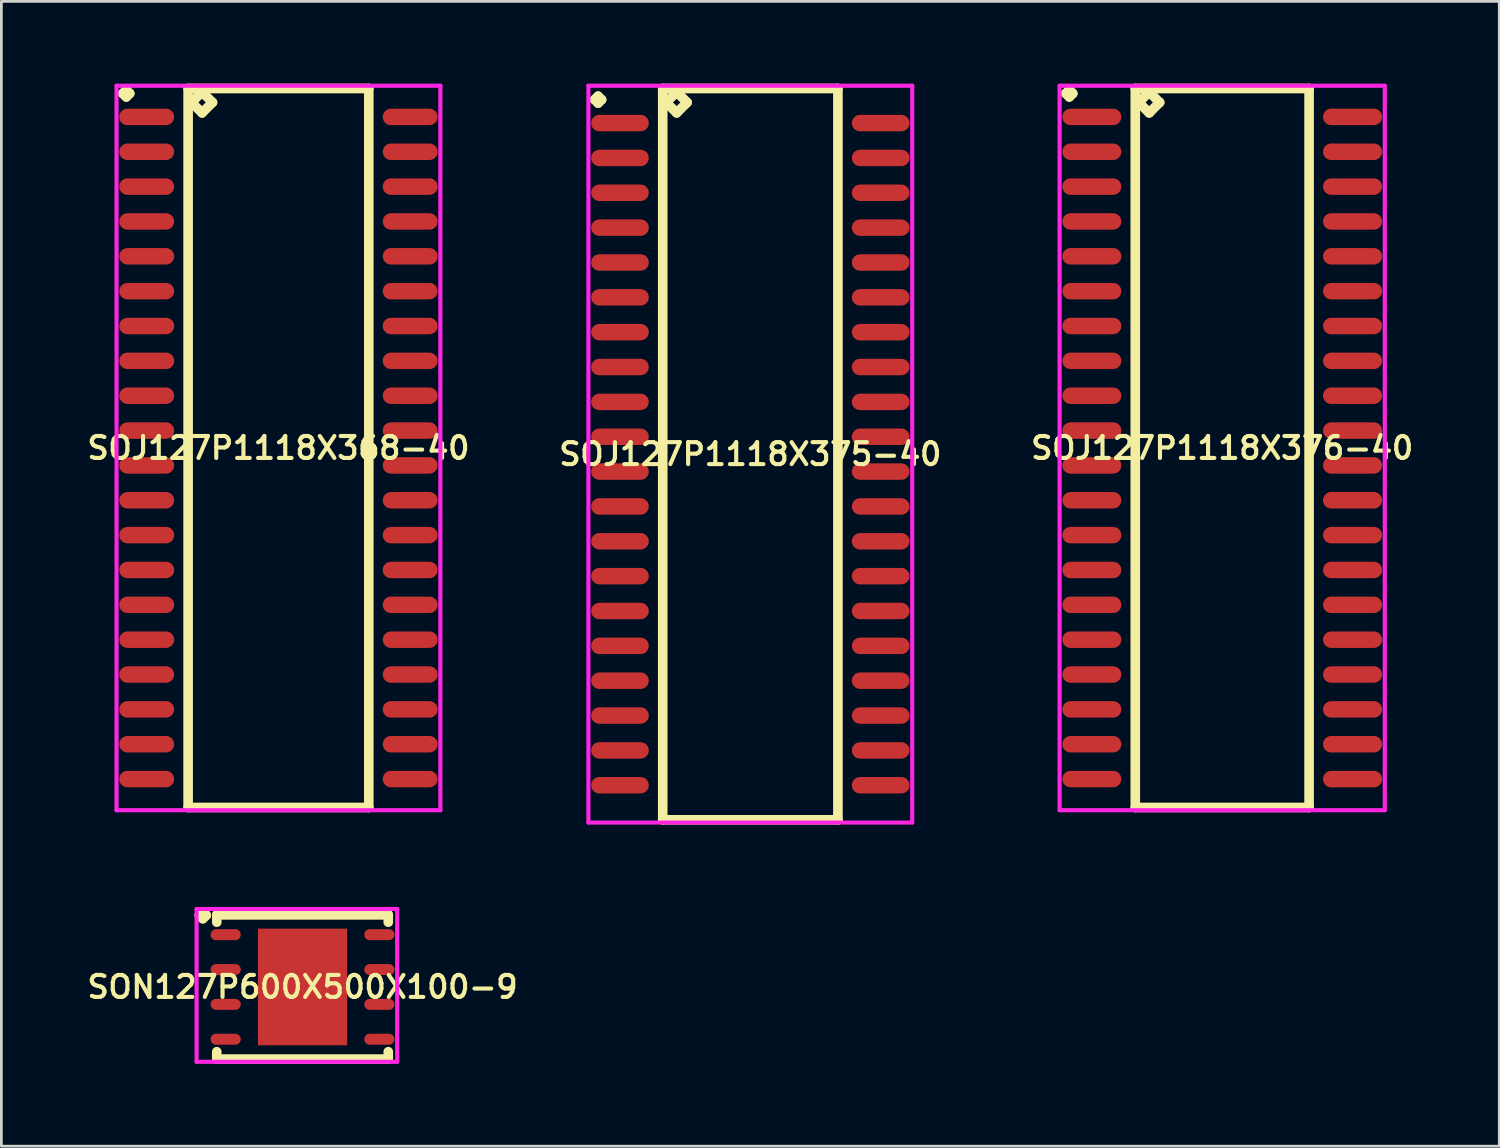
<source format=kicad_pcb>
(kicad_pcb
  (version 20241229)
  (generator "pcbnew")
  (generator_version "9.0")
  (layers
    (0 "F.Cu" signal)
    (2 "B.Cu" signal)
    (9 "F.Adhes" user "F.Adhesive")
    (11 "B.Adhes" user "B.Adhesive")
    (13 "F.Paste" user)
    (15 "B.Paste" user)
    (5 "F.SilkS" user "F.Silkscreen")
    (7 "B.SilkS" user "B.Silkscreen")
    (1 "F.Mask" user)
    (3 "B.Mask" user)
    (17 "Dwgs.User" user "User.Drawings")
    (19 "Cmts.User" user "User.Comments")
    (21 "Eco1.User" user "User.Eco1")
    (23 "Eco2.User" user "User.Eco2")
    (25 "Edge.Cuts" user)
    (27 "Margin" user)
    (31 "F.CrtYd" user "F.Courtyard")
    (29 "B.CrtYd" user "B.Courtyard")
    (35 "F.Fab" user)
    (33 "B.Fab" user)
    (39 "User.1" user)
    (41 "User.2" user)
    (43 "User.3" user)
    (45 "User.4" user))
  (footprint "SOJ127P1118X368-40"
    (layer "F.Cu")
    (at 7.097 13.275)
    (property "Reference" "SOJ127P1118X368-40" (at 0 0 0) (layer "F.SilkS") (effects (font (size 0.8 0.8) (thickness 0.15))))
    (attr smd)
    (fp_line (start -5.673 -12.919) (end -5.546 -13.046) (stroke (width 0.35) (type solid)) (layer "F.SilkS"))
    (fp_line (start -5.546 -13.046) (end -5.419 -12.919) (stroke (width 0.35) (type solid)) (layer "F.SilkS"))
    (fp_line (start -5.546 -12.792) (end -5.673 -12.919) (stroke (width 0.35) (type solid)) (layer "F.SilkS"))
    (fp_line (start -5.419 -12.919) (end -5.546 -12.792) (stroke (width 0.35) (type solid)) (layer "F.SilkS"))
    (fp_line (start -3.292 -13.1) (end -3.292 13.1) (stroke (width 0.35) (type solid)) (layer "F.SilkS"))
    (fp_line (start -3.292 13.1) (end 3.292 13.1) (stroke (width 0.35) (type solid)) (layer "F.SilkS"))
    (fp_line (start -3.165 -12.592) (end -2.784 -12.973) (stroke (width 0.35) (type solid)) (layer "F.SilkS"))
    (fp_line (start -2.784 -12.973) (end -2.403 -12.592) (stroke (width 0.35) (type solid)) (layer "F.SilkS"))
    (fp_line (start -2.784 -12.211) (end -3.165 -12.592) (stroke (width 0.35) (type solid)) (layer "F.SilkS"))
    (fp_line (start -2.403 -12.592) (end -2.784 -12.211) (stroke (width 0.35) (type solid)) (layer "F.SilkS"))
    (fp_line (start 3.292 -13.1) (end -3.292 -13.1) (stroke (width 0.35) (type solid)) (layer "F.SilkS"))
    (fp_line (start 3.292 13.1) (end 3.292 -13.1) (stroke (width 0.35) (type solid)) (layer "F.SilkS"))
    (fp_line (start -5.9 -13.2) (end 5.9 -13.2) (stroke (width 0.15) (type solid)) (layer "F.CrtYd"))
    (fp_line (start -5.9 13.2) (end -5.9 -13.2) (stroke (width 0.15) (type solid)) (layer "F.CrtYd"))
    (fp_line (start 5.9 -13.2) (end 5.9 13.2) (stroke (width 0.15) (type solid)) (layer "F.CrtYd"))
    (fp_line (start 5.9 13.2) (end -5.9 13.2) (stroke (width 0.15) (type solid)) (layer "F.CrtYd"))
    (pad "1" smd oval (at -4.8 -12.065) (size 2 0.6) (layers "F.Cu" "F.Mask" "F.Paste"))
    (pad "2" smd oval (at -4.8 -10.795) (size 2 0.6) (layers "F.Cu" "F.Mask" "F.Paste"))
    (pad "3" smd oval (at -4.8 -9.525) (size 2 0.6) (layers "F.Cu" "F.Mask" "F.Paste"))
    (pad "4" smd oval (at -4.8 -8.255) (size 2 0.6) (layers "F.Cu" "F.Mask" "F.Paste"))
    (pad "5" smd oval (at -4.8 -6.985) (size 2 0.6) (layers "F.Cu" "F.Mask" "F.Paste"))
    (pad "6" smd oval (at -4.8 -5.715) (size 2 0.6) (layers "F.Cu" "F.Mask" "F.Paste"))
    (pad "7" smd oval (at -4.8 -4.445) (size 2 0.6) (layers "F.Cu" "F.Mask" "F.Paste"))
    (pad "8" smd oval (at -4.8 -3.175) (size 2 0.6) (layers "F.Cu" "F.Mask" "F.Paste"))
    (pad "9" smd oval (at -4.8 -1.905) (size 2 0.6) (layers "F.Cu" "F.Mask" "F.Paste"))
    (pad "10" smd oval (at -4.8 -0.635) (size 2 0.6) (layers "F.Cu" "F.Mask" "F.Paste"))
    (pad "11" smd oval (at -4.8 0.635) (size 2 0.6) (layers "F.Cu" "F.Mask" "F.Paste"))
    (pad "12" smd oval (at -4.8 1.905) (size 2 0.6) (layers "F.Cu" "F.Mask" "F.Paste"))
    (pad "13" smd oval (at -4.8 3.175) (size 2 0.6) (layers "F.Cu" "F.Mask" "F.Paste"))
    (pad "14" smd oval (at -4.8 4.445) (size 2 0.6) (layers "F.Cu" "F.Mask" "F.Paste"))
    (pad "15" smd oval (at -4.8 5.715) (size 2 0.6) (layers "F.Cu" "F.Mask" "F.Paste"))
    (pad "16" smd oval (at -4.8 6.985) (size 2 0.6) (layers "F.Cu" "F.Mask" "F.Paste"))
    (pad "17" smd oval (at -4.8 8.255) (size 2 0.6) (layers "F.Cu" "F.Mask" "F.Paste"))
    (pad "18" smd oval (at -4.8 9.525) (size 2 0.6) (layers "F.Cu" "F.Mask" "F.Paste"))
    (pad "19" smd oval (at -4.8 10.795) (size 2 0.6) (layers "F.Cu" "F.Mask" "F.Paste"))
    (pad "20" smd oval (at -4.8 12.065) (size 2 0.6) (layers "F.Cu" "F.Mask" "F.Paste"))
    (pad "21" smd oval (at 4.8 12.065) (size 2 0.6) (layers "F.Cu" "F.Mask" "F.Paste"))
    (pad "22" smd oval (at 4.8 10.795) (size 2 0.6) (layers "F.Cu" "F.Mask" "F.Paste"))
    (pad "23" smd oval (at 4.8 9.525) (size 2 0.6) (layers "F.Cu" "F.Mask" "F.Paste"))
    (pad "24" smd oval (at 4.8 8.255) (size 2 0.6) (layers "F.Cu" "F.Mask" "F.Paste"))
    (pad "25" smd oval (at 4.8 6.985) (size 2 0.6) (layers "F.Cu" "F.Mask" "F.Paste"))
    (pad "26" smd oval (at 4.8 5.715) (size 2 0.6) (layers "F.Cu" "F.Mask" "F.Paste"))
    (pad "27" smd oval (at 4.8 4.445) (size 2 0.6) (layers "F.Cu" "F.Mask" "F.Paste"))
    (pad "28" smd oval (at 4.8 3.175) (size 2 0.6) (layers "F.Cu" "F.Mask" "F.Paste"))
    (pad "29" smd oval (at 4.8 1.905) (size 2 0.6) (layers "F.Cu" "F.Mask" "F.Paste"))
    (pad "30" smd oval (at 4.8 0.635) (size 2 0.6) (layers "F.Cu" "F.Mask" "F.Paste"))
    (pad "31" smd oval (at 4.8 -0.635) (size 2 0.6) (layers "F.Cu" "F.Mask" "F.Paste"))
    (pad "32" smd oval (at 4.8 -1.905) (size 2 0.6) (layers "F.Cu" "F.Mask" "F.Paste"))
    (pad "33" smd oval (at 4.8 -3.175) (size 2 0.6) (layers "F.Cu" "F.Mask" "F.Paste"))
    (pad "34" smd oval (at 4.8 -4.445) (size 2 0.6) (layers "F.Cu" "F.Mask" "F.Paste"))
    (pad "35" smd oval (at 4.8 -5.715) (size 2 0.6) (layers "F.Cu" "F.Mask" "F.Paste"))
    (pad "36" smd oval (at 4.8 -6.985) (size 2 0.6) (layers "F.Cu" "F.Mask" "F.Paste"))
    (pad "37" smd oval (at 4.8 -8.255) (size 2 0.6) (layers "F.Cu" "F.Mask" "F.Paste"))
    (pad "38" smd oval (at 4.8 -9.525) (size 2 0.6) (layers "F.Cu" "F.Mask" "F.Paste"))
    (pad "39" smd oval (at 4.8 -10.795) (size 2 0.6) (layers "F.Cu" "F.Mask" "F.Paste"))
    (pad "40" smd oval (at 4.8 -12.065) (size 2 0.6) (layers "F.Cu" "F.Mask" "F.Paste")))
  (footprint "SOJ127P1118X376-40"
    (layer "F.Cu")
    (at 41.487 13.275)
    (property "Reference" "SOJ127P1118X376-40" (at 0 0 0) (layer "F.SilkS") (effects (font (size 0.8 0.8) (thickness 0.15))))
    (attr smd)
    (fp_line (start -5.698 -12.919) (end -5.571 -13.046) (stroke (width 0.35) (type solid)) (layer "F.SilkS"))
    (fp_line (start -5.571 -13.046) (end -5.444 -12.919) (stroke (width 0.35) (type solid)) (layer "F.SilkS"))
    (fp_line (start -5.571 -12.792) (end -5.698 -12.919) (stroke (width 0.35) (type solid)) (layer "F.SilkS"))
    (fp_line (start -5.444 -12.919) (end -5.571 -12.792) (stroke (width 0.35) (type solid)) (layer "F.SilkS"))
    (fp_line (start -3.167 -13.1) (end -3.167 13.1) (stroke (width 0.35) (type solid)) (layer "F.SilkS"))
    (fp_line (start -3.167 13.1) (end 3.167 13.1) (stroke (width 0.35) (type solid)) (layer "F.SilkS"))
    (fp_line (start -3.04 -12.592) (end -2.659 -12.973) (stroke (width 0.35) (type solid)) (layer "F.SilkS"))
    (fp_line (start -2.659 -12.973) (end -2.278 -12.592) (stroke (width 0.35) (type solid)) (layer "F.SilkS"))
    (fp_line (start -2.659 -12.211) (end -3.04 -12.592) (stroke (width 0.35) (type solid)) (layer "F.SilkS"))
    (fp_line (start -2.278 -12.592) (end -2.659 -12.211) (stroke (width 0.35) (type solid)) (layer "F.SilkS"))
    (fp_line (start 3.167 -13.1) (end -3.167 -13.1) (stroke (width 0.35) (type solid)) (layer "F.SilkS"))
    (fp_line (start 3.167 13.1) (end 3.167 -13.1) (stroke (width 0.35) (type solid)) (layer "F.SilkS"))
    (fp_line (start -5.925 -13.2) (end 5.925 -13.2) (stroke (width 0.15) (type solid)) (layer "F.CrtYd"))
    (fp_line (start -5.925 13.2) (end -5.925 -13.2) (stroke (width 0.15) (type solid)) (layer "F.CrtYd"))
    (fp_line (start 5.925 -13.2) (end 5.925 13.2) (stroke (width 0.15) (type solid)) (layer "F.CrtYd"))
    (fp_line (start 5.925 13.2) (end -5.925 13.2) (stroke (width 0.15) (type solid)) (layer "F.CrtYd"))
    (pad "1" smd oval (at -4.75 -12.065) (size 2.15 0.6) (layers "F.Cu" "F.Mask" "F.Paste"))
    (pad "2" smd oval (at -4.75 -10.795) (size 2.15 0.6) (layers "F.Cu" "F.Mask" "F.Paste"))
    (pad "3" smd oval (at -4.75 -9.525) (size 2.15 0.6) (layers "F.Cu" "F.Mask" "F.Paste"))
    (pad "4" smd oval (at -4.75 -8.255) (size 2.15 0.6) (layers "F.Cu" "F.Mask" "F.Paste"))
    (pad "5" smd oval (at -4.75 -6.985) (size 2.15 0.6) (layers "F.Cu" "F.Mask" "F.Paste"))
    (pad "6" smd oval (at -4.75 -5.715) (size 2.15 0.6) (layers "F.Cu" "F.Mask" "F.Paste"))
    (pad "7" smd oval (at -4.75 -4.445) (size 2.15 0.6) (layers "F.Cu" "F.Mask" "F.Paste"))
    (pad "8" smd oval (at -4.75 -3.175) (size 2.15 0.6) (layers "F.Cu" "F.Mask" "F.Paste"))
    (pad "9" smd oval (at -4.75 -1.905) (size 2.15 0.6) (layers "F.Cu" "F.Mask" "F.Paste"))
    (pad "10" smd oval (at -4.75 -0.635) (size 2.15 0.6) (layers "F.Cu" "F.Mask" "F.Paste"))
    (pad "11" smd oval (at -4.75 0.635) (size 2.15 0.6) (layers "F.Cu" "F.Mask" "F.Paste"))
    (pad "12" smd oval (at -4.75 1.905) (size 2.15 0.6) (layers "F.Cu" "F.Mask" "F.Paste"))
    (pad "13" smd oval (at -4.75 3.175) (size 2.15 0.6) (layers "F.Cu" "F.Mask" "F.Paste"))
    (pad "14" smd oval (at -4.75 4.445) (size 2.15 0.6) (layers "F.Cu" "F.Mask" "F.Paste"))
    (pad "15" smd oval (at -4.75 5.715) (size 2.15 0.6) (layers "F.Cu" "F.Mask" "F.Paste"))
    (pad "16" smd oval (at -4.75 6.985) (size 2.15 0.6) (layers "F.Cu" "F.Mask" "F.Paste"))
    (pad "17" smd oval (at -4.75 8.255) (size 2.15 0.6) (layers "F.Cu" "F.Mask" "F.Paste"))
    (pad "18" smd oval (at -4.75 9.525) (size 2.15 0.6) (layers "F.Cu" "F.Mask" "F.Paste"))
    (pad "19" smd oval (at -4.75 10.795) (size 2.15 0.6) (layers "F.Cu" "F.Mask" "F.Paste"))
    (pad "20" smd oval (at -4.75 12.065) (size 2.15 0.6) (layers "F.Cu" "F.Mask" "F.Paste"))
    (pad "21" smd oval (at 4.75 12.065) (size 2.15 0.6) (layers "F.Cu" "F.Mask" "F.Paste"))
    (pad "22" smd oval (at 4.75 10.795) (size 2.15 0.6) (layers "F.Cu" "F.Mask" "F.Paste"))
    (pad "23" smd oval (at 4.75 9.525) (size 2.15 0.6) (layers "F.Cu" "F.Mask" "F.Paste"))
    (pad "24" smd oval (at 4.75 8.255) (size 2.15 0.6) (layers "F.Cu" "F.Mask" "F.Paste"))
    (pad "25" smd oval (at 4.75 6.985) (size 2.15 0.6) (layers "F.Cu" "F.Mask" "F.Paste"))
    (pad "26" smd oval (at 4.75 5.715) (size 2.15 0.6) (layers "F.Cu" "F.Mask" "F.Paste"))
    (pad "27" smd oval (at 4.75 4.445) (size 2.15 0.6) (layers "F.Cu" "F.Mask" "F.Paste"))
    (pad "28" smd oval (at 4.75 3.175) (size 2.15 0.6) (layers "F.Cu" "F.Mask" "F.Paste"))
    (pad "29" smd oval (at 4.75 1.905) (size 2.15 0.6) (layers "F.Cu" "F.Mask" "F.Paste"))
    (pad "30" smd oval (at 4.75 0.635) (size 2.15 0.6) (layers "F.Cu" "F.Mask" "F.Paste"))
    (pad "31" smd oval (at 4.75 -0.635) (size 2.15 0.6) (layers "F.Cu" "F.Mask" "F.Paste"))
    (pad "32" smd oval (at 4.75 -1.905) (size 2.15 0.6) (layers "F.Cu" "F.Mask" "F.Paste"))
    (pad "33" smd oval (at 4.75 -3.175) (size 2.15 0.6) (layers "F.Cu" "F.Mask" "F.Paste"))
    (pad "34" smd oval (at 4.75 -4.445) (size 2.15 0.6) (layers "F.Cu" "F.Mask" "F.Paste"))
    (pad "35" smd oval (at 4.75 -5.715) (size 2.15 0.6) (layers "F.Cu" "F.Mask" "F.Paste"))
    (pad "36" smd oval (at 4.75 -6.985) (size 2.15 0.6) (layers "F.Cu" "F.Mask" "F.Paste"))
    (pad "37" smd oval (at 4.75 -8.255) (size 2.15 0.6) (layers "F.Cu" "F.Mask" "F.Paste"))
    (pad "38" smd oval (at 4.75 -9.525) (size 2.15 0.6) (layers "F.Cu" "F.Mask" "F.Paste"))
    (pad "39" smd oval (at 4.75 -10.795) (size 2.15 0.6) (layers "F.Cu" "F.Mask" "F.Paste"))
    (pad "40" smd oval (at 4.75 -12.065) (size 2.15 0.6) (layers "F.Cu" "F.Mask" "F.Paste")))
  (footprint "SON127P600X500X100-9"
    (layer "F.Cu")
    (at 7.974 32.915)
    (property "Reference" "SON127P600X500X100-9" (at 0 0 0) (layer "F.SilkS") (effects (font (size 0.8 0.8) (thickness 0.15))))
    (attr smd)
    (fp_line (start -3.76 -2.613) (end -3.633 -2.74) (stroke (width 0.35) (type solid)) (layer "F.SilkS"))
    (fp_line (start -3.633 -2.74) (end -3.506 -2.613) (stroke (width 0.35) (type solid)) (layer "F.SilkS"))
    (fp_line (start -3.633 -2.486) (end -3.76 -2.613) (stroke (width 0.35) (type solid)) (layer "F.SilkS"))
    (fp_line (start -3.506 -2.613) (end -3.633 -2.486) (stroke (width 0.35) (type solid)) (layer "F.SilkS"))
    (fp_line (start -3.125 -2.627) (end 3.125 -2.627) (stroke (width 0.35) (type solid)) (layer "F.SilkS"))
    (fp_line (start -3.125 -2.359) (end -3.125 -2.627) (stroke (width 0.35) (type solid)) (layer "F.SilkS"))
    (fp_line (start -3.125 2.359) (end -3.125 2.627) (stroke (width 0.35) (type solid)) (layer "F.SilkS"))
    (fp_line (start -3.125 2.627) (end 3.125 2.627) (stroke (width 0.35) (type solid)) (layer "F.SilkS"))
    (fp_line (start 3.125 -2.627) (end 3.125 -2.359) (stroke (width 0.35) (type solid)) (layer "F.SilkS"))
    (fp_line (start 3.125 2.627) (end 3.125 2.359) (stroke (width 0.35) (type solid)) (layer "F.SilkS"))
    (fp_line (start -3.86 -2.84) (end 3.45 -2.84) (stroke (width 0.15) (type solid)) (layer "F.CrtYd"))
    (fp_line (start -3.86 2.727) (end -3.86 -2.84) (stroke (width 0.15) (type solid)) (layer "F.CrtYd"))
    (fp_line (start 3.45 -2.84) (end 3.45 2.727) (stroke (width 0.15) (type solid)) (layer "F.CrtYd"))
    (fp_line (start 3.45 2.727) (end -3.86 2.727) (stroke (width 0.15) (type solid)) (layer "F.CrtYd"))
    (pad "1" smd oval (at -2.8 -1.905) (size 1.1 0.4) (layers "F.Cu" "F.Mask" "F.Paste"))
    (pad "2" smd oval (at -2.8 -0.635) (size 1.1 0.4) (layers "F.Cu" "F.Mask" "F.Paste"))
    (pad "3" smd oval (at -2.8 0.635) (size 1.1 0.4) (layers "F.Cu" "F.Mask" "F.Paste"))
    (pad "4" smd oval (at -2.8 1.905) (size 1.1 0.4) (layers "F.Cu" "F.Mask" "F.Paste"))
    (pad "5" smd oval (at 2.8 1.905) (size 1.1 0.4) (layers "F.Cu" "F.Mask" "F.Paste"))
    (pad "6" smd oval (at 2.8 0.635) (size 1.1 0.4) (layers "F.Cu" "F.Mask" "F.Paste"))
    (pad "7" smd oval (at 2.8 -0.635) (size 1.1 0.4) (layers "F.Cu" "F.Mask" "F.Paste"))
    (pad "8" smd oval (at 2.8 -1.905) (size 1.1 0.4) (layers "F.Cu" "F.Mask" "F.Paste"))
    (pad "9" smd rect (at 0 0) (size 3.25 4.25) (layers "F.Cu" "F.Mask" "F.Paste")))
  (footprint "SOJ127P1118X375-40"
    (layer "F.Cu")
    (at 24.292 13.5)
    (property "Reference" "SOJ127P1118X375-40" (at 0 0 0) (layer "F.SilkS") (effects (font (size 0.8 0.8) (thickness 0.15))))
    (attr smd)
    (fp_line (start -5.673 -12.919) (end -5.546 -13.046) (stroke (width 0.35) (type solid)) (layer "F.SilkS"))
    (fp_line (start -5.546 -13.046) (end -5.419 -12.919) (stroke (width 0.35) (type solid)) (layer "F.SilkS"))
    (fp_line (start -5.546 -12.792) (end -5.673 -12.919) (stroke (width 0.35) (type solid)) (layer "F.SilkS"))
    (fp_line (start -5.419 -12.919) (end -5.546 -12.792) (stroke (width 0.35) (type solid)) (layer "F.SilkS"))
    (fp_line (start -3.192 -13.325) (end -3.192 13.325) (stroke (width 0.35) (type solid)) (layer "F.SilkS"))
    (fp_line (start -3.192 13.325) (end 3.192 13.325) (stroke (width 0.35) (type solid)) (layer "F.SilkS"))
    (fp_line (start -3.065 -12.817) (end -2.684 -13.198) (stroke (width 0.35) (type solid)) (layer "F.SilkS"))
    (fp_line (start -2.684 -13.198) (end -2.303 -12.817) (stroke (width 0.35) (type solid)) (layer "F.SilkS"))
    (fp_line (start -2.684 -12.436) (end -3.065 -12.817) (stroke (width 0.35) (type solid)) (layer "F.SilkS"))
    (fp_line (start -2.303 -12.817) (end -2.684 -12.436) (stroke (width 0.35) (type solid)) (layer "F.SilkS"))
    (fp_line (start 3.192 -13.325) (end -3.192 -13.325) (stroke (width 0.35) (type solid)) (layer "F.SilkS"))
    (fp_line (start 3.192 13.325) (end 3.192 -13.325) (stroke (width 0.35) (type solid)) (layer "F.SilkS"))
    (fp_line (start -5.9 -13.425) (end 5.9 -13.425) (stroke (width 0.15) (type solid)) (layer "F.CrtYd"))
    (fp_line (start -5.9 13.425) (end -5.9 -13.425) (stroke (width 0.15) (type solid)) (layer "F.CrtYd"))
    (fp_line (start 5.9 -13.425) (end 5.9 13.425) (stroke (width 0.15) (type solid)) (layer "F.CrtYd"))
    (fp_line (start 5.9 13.425) (end -5.9 13.425) (stroke (width 0.15) (type solid)) (layer "F.CrtYd"))
    (pad "1" smd oval (at -4.75 -12.065) (size 2.1 0.6) (layers "F.Cu" "F.Mask" "F.Paste"))
    (pad "2" smd oval (at -4.75 -10.795) (size 2.1 0.6) (layers "F.Cu" "F.Mask" "F.Paste"))
    (pad "3" smd oval (at -4.75 -9.525) (size 2.1 0.6) (layers "F.Cu" "F.Mask" "F.Paste"))
    (pad "4" smd oval (at -4.75 -8.255) (size 2.1 0.6) (layers "F.Cu" "F.Mask" "F.Paste"))
    (pad "5" smd oval (at -4.75 -6.985) (size 2.1 0.6) (layers "F.Cu" "F.Mask" "F.Paste"))
    (pad "6" smd oval (at -4.75 -5.715) (size 2.1 0.6) (layers "F.Cu" "F.Mask" "F.Paste"))
    (pad "7" smd oval (at -4.75 -4.445) (size 2.1 0.6) (layers "F.Cu" "F.Mask" "F.Paste"))
    (pad "8" smd oval (at -4.75 -3.175) (size 2.1 0.6) (layers "F.Cu" "F.Mask" "F.Paste"))
    (pad "9" smd oval (at -4.75 -1.905) (size 2.1 0.6) (layers "F.Cu" "F.Mask" "F.Paste"))
    (pad "10" smd oval (at -4.75 -0.635) (size 2.1 0.6) (layers "F.Cu" "F.Mask" "F.Paste"))
    (pad "11" smd oval (at -4.75 0.635) (size 2.1 0.6) (layers "F.Cu" "F.Mask" "F.Paste"))
    (pad "12" smd oval (at -4.75 1.905) (size 2.1 0.6) (layers "F.Cu" "F.Mask" "F.Paste"))
    (pad "13" smd oval (at -4.75 3.175) (size 2.1 0.6) (layers "F.Cu" "F.Mask" "F.Paste"))
    (pad "14" smd oval (at -4.75 4.445) (size 2.1 0.6) (layers "F.Cu" "F.Mask" "F.Paste"))
    (pad "15" smd oval (at -4.75 5.715) (size 2.1 0.6) (layers "F.Cu" "F.Mask" "F.Paste"))
    (pad "16" smd oval (at -4.75 6.985) (size 2.1 0.6) (layers "F.Cu" "F.Mask" "F.Paste"))
    (pad "17" smd oval (at -4.75 8.255) (size 2.1 0.6) (layers "F.Cu" "F.Mask" "F.Paste"))
    (pad "18" smd oval (at -4.75 9.525) (size 2.1 0.6) (layers "F.Cu" "F.Mask" "F.Paste"))
    (pad "19" smd oval (at -4.75 10.795) (size 2.1 0.6) (layers "F.Cu" "F.Mask" "F.Paste"))
    (pad "20" smd oval (at -4.75 12.065) (size 2.1 0.6) (layers "F.Cu" "F.Mask" "F.Paste"))
    (pad "21" smd oval (at 4.75 12.065) (size 2.1 0.6) (layers "F.Cu" "F.Mask" "F.Paste"))
    (pad "22" smd oval (at 4.75 10.795) (size 2.1 0.6) (layers "F.Cu" "F.Mask" "F.Paste"))
    (pad "23" smd oval (at 4.75 9.525) (size 2.1 0.6) (layers "F.Cu" "F.Mask" "F.Paste"))
    (pad "24" smd oval (at 4.75 8.255) (size 2.1 0.6) (layers "F.Cu" "F.Mask" "F.Paste"))
    (pad "25" smd oval (at 4.75 6.985) (size 2.1 0.6) (layers "F.Cu" "F.Mask" "F.Paste"))
    (pad "26" smd oval (at 4.75 5.715) (size 2.1 0.6) (layers "F.Cu" "F.Mask" "F.Paste"))
    (pad "27" smd oval (at 4.75 4.445) (size 2.1 0.6) (layers "F.Cu" "F.Mask" "F.Paste"))
    (pad "28" smd oval (at 4.75 3.175) (size 2.1 0.6) (layers "F.Cu" "F.Mask" "F.Paste"))
    (pad "29" smd oval (at 4.75 1.905) (size 2.1 0.6) (layers "F.Cu" "F.Mask" "F.Paste"))
    (pad "30" smd oval (at 4.75 0.635) (size 2.1 0.6) (layers "F.Cu" "F.Mask" "F.Paste"))
    (pad "31" smd oval (at 4.75 -0.635) (size 2.1 0.6) (layers "F.Cu" "F.Mask" "F.Paste"))
    (pad "32" smd oval (at 4.75 -1.905) (size 2.1 0.6) (layers "F.Cu" "F.Mask" "F.Paste"))
    (pad "33" smd oval (at 4.75 -3.175) (size 2.1 0.6) (layers "F.Cu" "F.Mask" "F.Paste"))
    (pad "34" smd oval (at 4.75 -4.445) (size 2.1 0.6) (layers "F.Cu" "F.Mask" "F.Paste"))
    (pad "35" smd oval (at 4.75 -5.715) (size 2.1 0.6) (layers "F.Cu" "F.Mask" "F.Paste"))
    (pad "36" smd oval (at 4.75 -6.985) (size 2.1 0.6) (layers "F.Cu" "F.Mask" "F.Paste"))
    (pad "37" smd oval (at 4.75 -8.255) (size 2.1 0.6) (layers "F.Cu" "F.Mask" "F.Paste"))
    (pad "38" smd oval (at 4.75 -9.525) (size 2.1 0.6) (layers "F.Cu" "F.Mask" "F.Paste"))
    (pad "39" smd oval (at 4.75 -10.795) (size 2.1 0.6) (layers "F.Cu" "F.Mask" "F.Paste"))
    (pad "40" smd oval (at 4.75 -12.065) (size 2.1 0.6) (layers "F.Cu" "F.Mask" "F.Paste")))
  (gr_rect
    (start -3 -3)
    (end 51.584 38.717)
    (stroke (width 0.1) (type default))
    (fill no)
    (layer "Edge.Cuts")))
</source>
